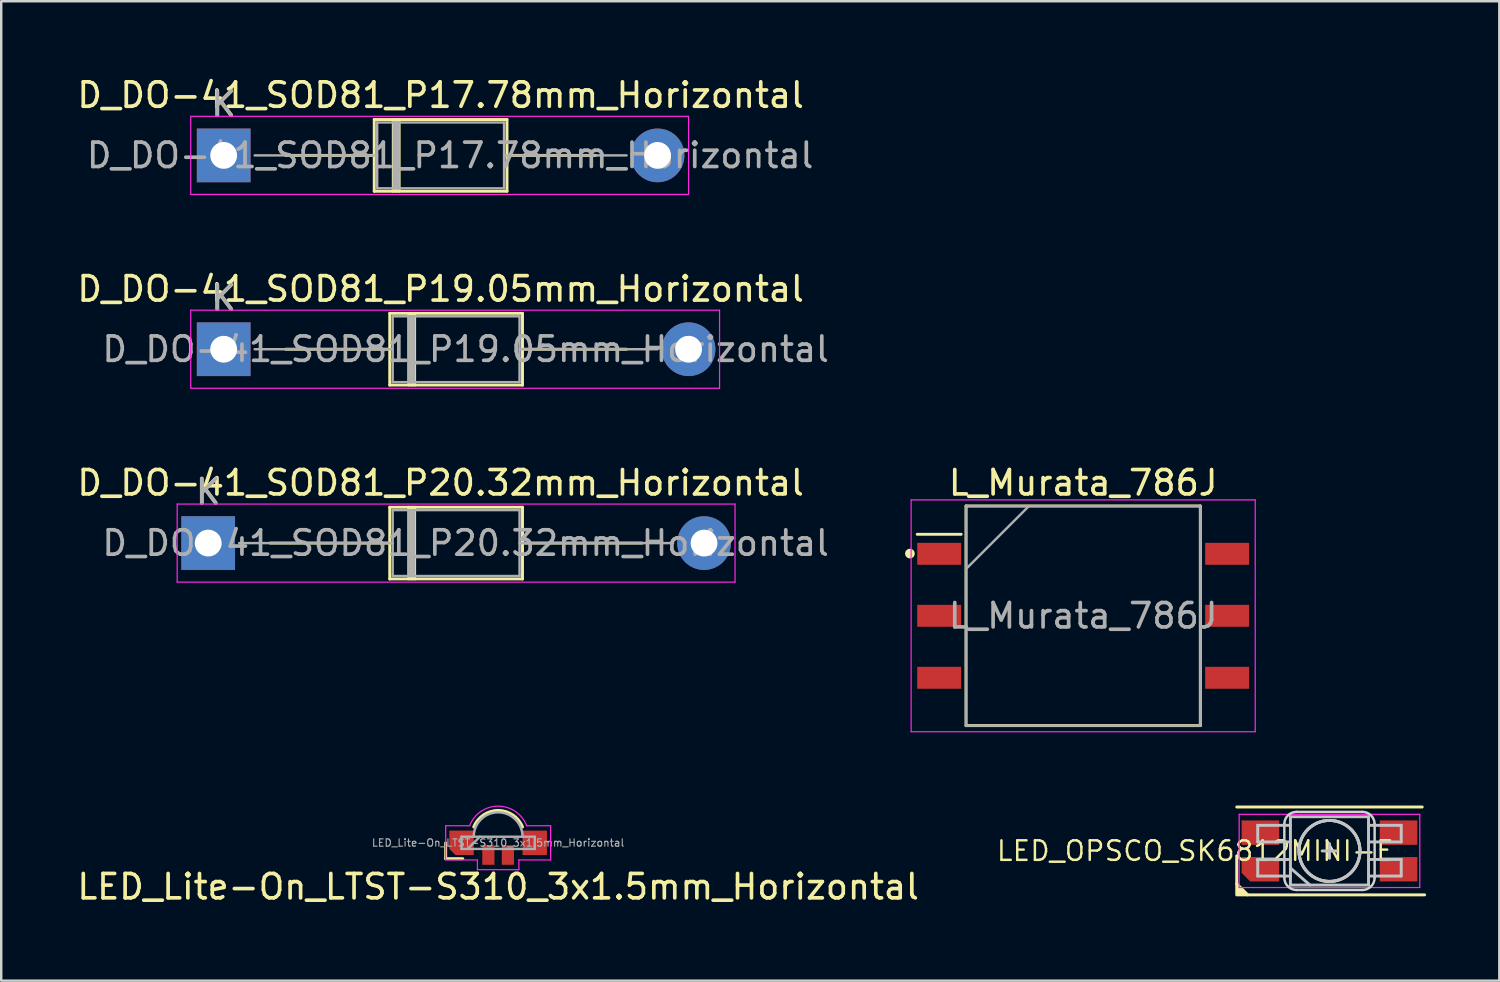
<source format=kicad_pcb>
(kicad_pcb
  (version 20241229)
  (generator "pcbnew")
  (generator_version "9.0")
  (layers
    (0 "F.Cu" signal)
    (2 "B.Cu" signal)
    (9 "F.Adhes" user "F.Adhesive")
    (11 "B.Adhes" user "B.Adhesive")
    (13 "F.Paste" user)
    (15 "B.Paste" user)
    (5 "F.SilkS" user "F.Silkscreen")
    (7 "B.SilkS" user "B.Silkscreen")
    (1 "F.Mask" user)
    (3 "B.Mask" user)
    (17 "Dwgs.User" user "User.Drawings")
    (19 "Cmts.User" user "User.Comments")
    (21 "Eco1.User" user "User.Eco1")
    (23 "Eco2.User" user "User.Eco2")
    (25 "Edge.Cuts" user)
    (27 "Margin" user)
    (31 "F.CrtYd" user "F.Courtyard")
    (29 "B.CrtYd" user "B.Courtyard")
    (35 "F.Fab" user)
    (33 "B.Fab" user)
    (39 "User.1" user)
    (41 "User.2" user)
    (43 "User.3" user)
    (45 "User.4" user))
  (footprint "LED_Lite-On_LTST-S310_3x1.5mm_Horizontal"
    (layer "F.Cu")
    (at 17.363 31.488)
    (property "Reference" "LED_Lite-On_LTST-S310_3x1.5mm_Horizontal" (at 0 1.8 0) (layer "F.SilkS") (effects (font (size 1 1) (thickness 0.15))))
    (attr smd)
    (fp_line (start -2.15 0) (end -2.15 0.65) (stroke (width 0.12) (type solid)) (layer "F.SilkS"))
    (fp_line (start -2.15 0.65) (end -1.45 0.65) (stroke (width 0.12) (type solid)) (layer "F.SilkS"))
    (fp_arc (start -1 -0.65) (mid 0 -1.327033) (end 1 -0.65) (stroke (width 0.12) (type solid)) (layer "F.SilkS"))
    (fp_line (start -2.15 -0.7) (end -1.17 -0.7) (stroke (width 0.05) (type solid)) (layer "F.CrtYd"))
    (fp_line (start -2.15 0.7) (end -2.15 -0.7) (stroke (width 0.05) (type solid)) (layer "F.CrtYd"))
    (fp_line (start -2.15 0.7) (end -0.85 0.7) (stroke (width 0.05) (type solid)) (layer "F.CrtYd"))
    (fp_line (start -0.85 0.7) (end -0.85 1.1) (stroke (width 0.05) (type solid)) (layer "F.CrtYd"))
    (fp_line (start -0.85 1.1) (end 0.85 1.1) (stroke (width 0.05) (type solid)) (layer "F.CrtYd"))
    (fp_line (start 0.85 0.7) (end 2.15 0.7) (stroke (width 0.05) (type solid)) (layer "F.CrtYd"))
    (fp_line (start 0.85 1.1) (end 0.85 0.7) (stroke (width 0.05) (type solid)) (layer "F.CrtYd"))
    (fp_line (start 1.17 -0.7) (end 2.15 -0.7) (stroke (width 0.05) (type solid)) (layer "F.CrtYd"))
    (fp_line (start 2.15 0.7) (end 2.15 -0.7) (stroke (width 0.05) (type solid)) (layer "F.CrtYd"))
    (fp_arc (start -1.17 -0.7) (mid 0 -1.503555) (end 1.17 -0.7) (stroke (width 0.05) (type solid)) (layer "F.CrtYd"))
    (fp_line (start -1.5 -0.25) (end -1.5 0.25) (stroke (width 0.1) (type solid)) (layer "F.Fab"))
    (fp_line (start -1.5 0.25) (end 1.5 0.25) (stroke (width 0.1) (type solid)) (layer "F.Fab"))
    (fp_line (start -0.75 -0.25) (end -1.25 0.25) (stroke (width 0.1) (type solid)) (layer "F.Fab"))
    (fp_line (start 1.5 -0.25) (end -1.5 -0.25) (stroke (width 0.1) (type solid)) (layer "F.Fab"))
    (fp_line (start 1.5 0.25) (end 1.5 -0.25) (stroke (width 0.1) (type solid)) (layer "F.Fab"))
    (fp_arc (start -1 -0.25) (mid 0 -1.25) (end 1 -0.25) (stroke (width 0.1) (type solid)) (layer "F.Fab"))
    (fp_text user "${REFERENCE}" (at 0 0 0) (layer "F.Fab") (effects (font (size 0.3 0.3) (thickness 0.045))))
    (pad "1" smd rect (at -0.4 0.5) (size 0.5 0.8) (layers "F.Cu" "F.Mask" "F.Paste"))
    (pad "2" smd rect (at 0.4 0.5) (size 0.5 0.8) (layers "F.Cu" "F.Mask" "F.Paste"))
    (pad "3" smd rect (at 1.5 0) (size 1 1) (layers "F.Cu" "F.Mask" "F.Paste"))
    (pad "4" smd custom (at -1.5 0 90) (size 0.5 0.5) (layers "F.Cu" "F.Mask" "F.Paste") (options (anchor rect)) (primitives (gr_poly (pts (xy -0.5 -0.25) (xy -0.25 -0.5) (xy 0.5 -0.5) (xy 0.5 0.5) (xy -0.5 0.5)) (width 0) (fill yes)))))
  (footprint "D_DO-41_SOD81_P19.05mm_Horizontal"
    (layer "F.Cu")
    (at 6.116 11.261)
    (property "Reference" "D_DO-41_SOD81_P19.05mm_Horizontal" (at 8.89 -2.47 0) (layer "F.SilkS") (effects (font (size 1 1) (thickness 0.15))))
    (attr through_hole)
    (fp_line (start 2.54 0) (end 6.805 0) (stroke (width 0.12) (type solid)) (layer "F.SilkS"))
    (fp_line (start 6.805 -1.47) (end 6.805 1.47) (stroke (width 0.12) (type solid)) (layer "F.SilkS"))
    (fp_line (start 6.805 1.47) (end 12.245 1.47) (stroke (width 0.12) (type solid)) (layer "F.SilkS"))
    (fp_line (start 7.585 -1.47) (end 7.585 1.47) (stroke (width 0.12) (type solid)) (layer "F.SilkS"))
    (fp_line (start 7.705 -1.47) (end 7.705 1.47) (stroke (width 0.12) (type solid)) (layer "F.SilkS"))
    (fp_line (start 7.825 -1.47) (end 7.825 1.47) (stroke (width 0.12) (type solid)) (layer "F.SilkS"))
    (fp_line (start 12.245 -1.47) (end 6.805 -1.47) (stroke (width 0.12) (type solid)) (layer "F.SilkS"))
    (fp_line (start 12.245 1.47) (end 12.245 -1.47) (stroke (width 0.12) (type solid)) (layer "F.SilkS"))
    (fp_line (start 16.51 0) (end 12.245 0) (stroke (width 0.12) (type solid)) (layer "F.SilkS"))
    (fp_line (start -1.35 -1.6) (end -1.35 1.6) (stroke (width 0.05) (type solid)) (layer "F.CrtYd"))
    (fp_line (start -1.35 1.6) (end 20.32 1.6) (stroke (width 0.05) (type solid)) (layer "F.CrtYd"))
    (fp_line (start 20.32 -1.6) (end -1.35 -1.6) (stroke (width 0.05) (type solid)) (layer "F.CrtYd"))
    (fp_line (start 20.32 1.6) (end 20.32 -1.6) (stroke (width 0.05) (type solid)) (layer "F.CrtYd"))
    (fp_line (start 1.27 0) (end 6.925 0) (stroke (width 0.1) (type solid)) (layer "F.Fab"))
    (fp_line (start 6.925 -1.35) (end 6.925 1.35) (stroke (width 0.1) (type solid)) (layer "F.Fab"))
    (fp_line (start 6.925 1.35) (end 12.125 1.35) (stroke (width 0.1) (type solid)) (layer "F.Fab"))
    (fp_line (start 7.605 -1.35) (end 7.605 1.35) (stroke (width 0.1) (type solid)) (layer "F.Fab"))
    (fp_line (start 7.705 -1.35) (end 7.705 1.35) (stroke (width 0.1) (type solid)) (layer "F.Fab"))
    (fp_line (start 7.805 -1.35) (end 7.805 1.35) (stroke (width 0.1) (type solid)) (layer "F.Fab"))
    (fp_line (start 12.125 -1.35) (end 6.925 -1.35) (stroke (width 0.1) (type solid)) (layer "F.Fab"))
    (fp_line (start 12.125 1.35) (end 12.125 -1.35) (stroke (width 0.1) (type solid)) (layer "F.Fab"))
    (fp_line (start 17.78 0) (end 12.125 0) (stroke (width 0.1) (type solid)) (layer "F.Fab"))
    (fp_text user "K" (at 0 -2.1 0) (layer "F.SilkS") (effects (font (size 1 1) (thickness 0.15))))
    (fp_text user "K" (at 0 -2.1 0) (layer "F.Fab") (effects (font (size 1 1) (thickness 0.15))))
    (fp_text user "${REFERENCE}" (at 9.915 0 0) (layer "F.Fab") (effects (font (size 1 1) (thickness 0.15))))
    (pad "1" thru_hole rect (at 0 0) (size 2.2 2.2) (drill 1.1) (layers "*.Cu" "*.Mask"))
    (pad "2" thru_hole oval (at 19.05 0) (size 2.2 2.2) (drill 1.1) (layers "*.Cu" "*.Mask")))
  (footprint "LED_OPSCO_SK6812MINI-E"
    (layer "F.Cu")
    (at 51.43 31.82)
    (property "Reference" "LED_OPSCO_SK6812MINI-E" (at -5.5 0 0) (unlocked yes) (layer "F.SilkS") (effects (font (size 0.8 0.8) (thickness 0.1))))
    (fp_line (start -3.8 -1.8) (end 3.8 -1.8) (stroke (width 0.12) (type default)) (layer "F.SilkS"))
    (fp_line (start -3.8 0.2) (end -3.8 1.35) (stroke (width 0.12) (type solid)) (layer "F.SilkS"))
    (fp_line (start -3.35 1.8) (end 3.9 1.8) (stroke (width 0.12) (type default)) (layer "F.SilkS"))
    (fp_poly (pts (xy -3.8 1.35) (xy -3.35 1.8) (xy -3.8 1.8)) (stroke (width 0.12) (type solid)) (fill yes) (layer "F.SilkS"))
    (fp_line (start -2.94 -1.05) (end -2.94 -0.37) (stroke (width 0.12) (type solid)) (layer "Dwgs.User"))
    (fp_line (start -2.94 -0.37) (end -1.6 -0.37) (stroke (width 0.12) (type solid)) (layer "Dwgs.User"))
    (fp_line (start -2.94 0.35) (end -2.94 1.03) (stroke (width 0.12) (type solid)) (layer "Dwgs.User"))
    (fp_line (start -2.94 1.03) (end -1.6 1.03) (stroke (width 0.12) (type solid)) (layer "Dwgs.User"))
    (fp_line (start -1.6 -1.4) (end -1.6 1.4) (stroke (width 0.12) (type solid)) (layer "Dwgs.User"))
    (fp_line (start -1.6 -1.4) (end 1.6 -1.4) (stroke (width 0.12) (type solid)) (layer "Dwgs.User"))
    (fp_line (start -1.6 -1.05) (end -2.94 -1.05) (stroke (width 0.12) (type solid)) (layer "Dwgs.User"))
    (fp_line (start -1.6 0.35) (end -2.94 0.35) (stroke (width 0.12) (type solid)) (layer "Dwgs.User"))
    (fp_line (start -1.6 0.7) (end -0.8 1.4) (stroke (width 0.12) (type solid)) (layer "Dwgs.User"))
    (fp_line (start -1.6 1.4) (end 1.6 1.4) (stroke (width 0.12) (type solid)) (layer "Dwgs.User"))
    (fp_line (start -0.3 0) (end 0.3 0) (stroke (width 0.12) (type solid)) (layer "Dwgs.User"))
    (fp_line (start 0 0.3) (end 0 -0.3) (stroke (width 0.12) (type solid)) (layer "Dwgs.User"))
    (fp_line (start 1.6 -1.4) (end 1.6 1.4) (stroke (width 0.12) (type solid)) (layer "Dwgs.User"))
    (fp_line (start 1.6 -0.37) (end 2.94 -0.37) (stroke (width 0.12) (type solid)) (layer "Dwgs.User"))
    (fp_line (start 1.6 1.03) (end 2.94 1.03) (stroke (width 0.12) (type solid)) (layer "Dwgs.User"))
    (fp_line (start 2.94 -1.05) (end 1.6 -1.05) (stroke (width 0.12) (type solid)) (layer "Dwgs.User"))
    (fp_line (start 2.94 -0.37) (end 2.94 -1.05) (stroke (width 0.12) (type solid)) (layer "Dwgs.User"))
    (fp_line (start 2.94 0.35) (end 1.6 0.35) (stroke (width 0.12) (type solid)) (layer "Dwgs.User"))
    (fp_line (start 2.94 1.03) (end 2.94 0.35) (stroke (width 0.12) (type solid)) (layer "Dwgs.User"))
    (fp_circle (center 0 0) (end -1.25 0) (stroke (width 0.12) (type default)) (fill no) (layer "Dwgs.User"))
    (fp_circle (center 0 0) (end 1.25 0) (stroke (width 0.12) (type default)) (fill no) (layer "Dwgs.User"))
    (fp_circle (center 0 0) (end 1.25 0) (stroke (width 0.12) (type default)) (fill no) (layer "Dwgs.User"))
    (fp_line (start -1.85 -1.1) (end -1.85 1.1) (stroke (width 0.1) (type default)) (layer "Edge.Cuts"))
    (fp_line (start -1.35 1.6) (end 1.35 1.6) (stroke (width 0.1) (type default)) (layer "Edge.Cuts"))
    (fp_line (start 1.35 -1.6) (end -1.35 -1.6) (stroke (width 0.1) (type default)) (layer "Edge.Cuts"))
    (fp_line (start 1.85 1.1) (end 1.85 -1.1) (stroke (width 0.1) (type default)) (layer "Edge.Cuts"))
    (fp_arc (start -1.85 -1.1) (mid -1.703553 -1.453553) (end -1.35 -1.6) (stroke (width 0.1) (type default)) (layer "Edge.Cuts"))
    (fp_arc (start -1.35 1.6) (mid -1.703553 1.453553) (end -1.85 1.1) (stroke (width 0.1) (type default)) (layer "Edge.Cuts"))
    (fp_arc (start 1.35 -1.6) (mid 1.703553 -1.453553) (end 1.85 -1.1) (stroke (width 0.1) (type default)) (layer "Edge.Cuts"))
    (fp_arc (start 1.85 1.1) (mid 1.703553 1.453553) (end 1.35 1.6) (stroke (width 0.1) (type default)) (layer "Edge.Cuts"))
    (fp_line (start -3.7 1.5) (end -3.7 -1.5) (stroke (width 0.05) (type default)) (layer "F.CrtYd"))
    (fp_line (start 3.7 -1.5) (end -3.7 -1.5) (stroke (width 0.05) (type default)) (layer "F.CrtYd"))
    (fp_line (start 3.7 1.5) (end -3.7 1.5) (stroke (width 0.05) (type default)) (layer "F.CrtYd"))
    (fp_line (start 3.7 1.5) (end 3.7 -1.5) (stroke (width 0.05) (type default)) (layer "F.CrtYd"))
    (pad "1" smd rect (at 2.83 -0.75) (size 1.54 1) (layers "F.Cu" "F.Mask" "F.Paste"))
    (pad "2" smd rect (at 2.83 0.75) (size 1.54 1) (layers "F.Cu" "F.Mask" "F.Paste"))
    (pad "3" smd custom (at -2.7 0.75) (size 0.35 0.4) (layers "F.Cu" "F.Mask" "F.Paste") (options (anchor rect)) (primitives (gr_poly (pts (xy -0.9 0.15) (xy -0.9 -0.5) (xy 0.64 -0.5) (xy 0.64 0.5) (xy -0.55 0.5)) (width 0) (fill yes))))
    (pad "4" smd rect (at -2.83 -0.75) (size 1.54 1) (layers "F.Cu" "F.Mask" "F.Paste")))
  (footprint "D_DO-41_SOD81_P17.78mm_Horizontal"
    (layer "F.Cu")
    (at 6.116 3.318)
    (property "Reference" "D_DO-41_SOD81_P17.78mm_Horizontal" (at 8.89 -2.47 0) (layer "F.SilkS") (effects (font (size 1 1) (thickness 0.15))))
    (attr through_hole)
    (fp_line (start 2.54 0) (end 6.17 0) (stroke (width 0.12) (type solid)) (layer "F.SilkS"))
    (fp_line (start 6.17 -1.47) (end 6.17 1.47) (stroke (width 0.12) (type solid)) (layer "F.SilkS"))
    (fp_line (start 6.17 1.47) (end 11.61 1.47) (stroke (width 0.12) (type solid)) (layer "F.SilkS"))
    (fp_line (start 6.95 -1.47) (end 6.95 1.47) (stroke (width 0.12) (type solid)) (layer "F.SilkS"))
    (fp_line (start 7.07 -1.47) (end 7.07 1.47) (stroke (width 0.12) (type solid)) (layer "F.SilkS"))
    (fp_line (start 7.19 -1.47) (end 7.19 1.47) (stroke (width 0.12) (type solid)) (layer "F.SilkS"))
    (fp_line (start 11.61 -1.47) (end 6.17 -1.47) (stroke (width 0.12) (type solid)) (layer "F.SilkS"))
    (fp_line (start 11.61 1.47) (end 11.61 -1.47) (stroke (width 0.12) (type solid)) (layer "F.SilkS"))
    (fp_line (start 15.24 0) (end 11.61 0) (stroke (width 0.12) (type solid)) (layer "F.SilkS"))
    (fp_line (start -1.35 -1.6) (end -1.35 1.6) (stroke (width 0.05) (type solid)) (layer "F.CrtYd"))
    (fp_line (start -1.35 1.6) (end 19.05 1.6) (stroke (width 0.05) (type solid)) (layer "F.CrtYd"))
    (fp_line (start 19.05 -1.6) (end -1.35 -1.6) (stroke (width 0.05) (type solid)) (layer "F.CrtYd"))
    (fp_line (start 19.05 1.6) (end 19.05 -1.6) (stroke (width 0.05) (type solid)) (layer "F.CrtYd"))
    (fp_line (start 1.27 0) (end 6.29 0) (stroke (width 0.1) (type solid)) (layer "F.Fab"))
    (fp_line (start 6.29 -1.35) (end 6.29 1.35) (stroke (width 0.1) (type solid)) (layer "F.Fab"))
    (fp_line (start 6.29 1.35) (end 11.49 1.35) (stroke (width 0.1) (type solid)) (layer "F.Fab"))
    (fp_line (start 6.97 -1.35) (end 6.97 1.35) (stroke (width 0.1) (type solid)) (layer "F.Fab"))
    (fp_line (start 7.07 -1.35) (end 7.07 1.35) (stroke (width 0.1) (type solid)) (layer "F.Fab"))
    (fp_line (start 7.17 -1.35) (end 7.17 1.35) (stroke (width 0.1) (type solid)) (layer "F.Fab"))
    (fp_line (start 11.49 -1.35) (end 6.29 -1.35) (stroke (width 0.1) (type solid)) (layer "F.Fab"))
    (fp_line (start 11.49 1.35) (end 11.49 -1.35) (stroke (width 0.1) (type solid)) (layer "F.Fab"))
    (fp_line (start 16.51 0) (end 11.49 0) (stroke (width 0.1) (type solid)) (layer "F.Fab"))
    (fp_text user "K" (at 0 -2.1 0) (layer "F.SilkS") (effects (font (size 1 1) (thickness 0.15))))
    (fp_text user "K" (at 0 -2.1 0) (layer "F.Fab") (effects (font (size 1 1) (thickness 0.15))))
    (fp_text user "${REFERENCE}" (at 9.28 0 0) (layer "F.Fab") (effects (font (size 1 1) (thickness 0.15))))
    (pad "1" thru_hole rect (at 0 0) (size 2.2 2.2) (drill 1.1) (layers "*.Cu" "*.Mask"))
    (pad "2" thru_hole oval (at 17.78 0) (size 2.2 2.2) (drill 1.1) (layers "*.Cu" "*.Mask")))
  (footprint "D_DO-41_SOD81_P20.32mm_Horizontal"
    (layer "F.Cu")
    (at 5.481 19.205)
    (property "Reference" "D_DO-41_SOD81_P20.32mm_Horizontal" (at 9.525 -2.47 0) (layer "F.SilkS") (effects (font (size 1 1) (thickness 0.15))))
    (attr through_hole)
    (fp_line (start 2.54 0) (end 7.44 0) (stroke (width 0.12) (type solid)) (layer "F.SilkS"))
    (fp_line (start 7.44 -1.47) (end 7.44 1.47) (stroke (width 0.12) (type solid)) (layer "F.SilkS"))
    (fp_line (start 7.44 1.47) (end 12.88 1.47) (stroke (width 0.12) (type solid)) (layer "F.SilkS"))
    (fp_line (start 8.22 -1.47) (end 8.22 1.47) (stroke (width 0.12) (type solid)) (layer "F.SilkS"))
    (fp_line (start 8.34 -1.47) (end 8.34 1.47) (stroke (width 0.12) (type solid)) (layer "F.SilkS"))
    (fp_line (start 8.46 -1.47) (end 8.46 1.47) (stroke (width 0.12) (type solid)) (layer "F.SilkS"))
    (fp_line (start 12.88 -1.47) (end 7.44 -1.47) (stroke (width 0.12) (type solid)) (layer "F.SilkS"))
    (fp_line (start 12.88 1.47) (end 12.88 -1.47) (stroke (width 0.12) (type solid)) (layer "F.SilkS"))
    (fp_line (start 17.78 0) (end 12.88 0) (stroke (width 0.12) (type solid)) (layer "F.SilkS"))
    (fp_line (start -1.27 -1.6) (end -1.27 1.6) (stroke (width 0.05) (type solid)) (layer "F.CrtYd"))
    (fp_line (start -1.27 1.6) (end 21.59 1.6) (stroke (width 0.05) (type solid)) (layer "F.CrtYd"))
    (fp_line (start 21.59 -1.6) (end -1.27 -1.6) (stroke (width 0.05) (type solid)) (layer "F.CrtYd"))
    (fp_line (start 21.59 1.6) (end 21.59 -1.6) (stroke (width 0.05) (type solid)) (layer "F.CrtYd"))
    (fp_line (start 1.27 0) (end 7.56 0) (stroke (width 0.1) (type solid)) (layer "F.Fab"))
    (fp_line (start 7.56 -1.35) (end 7.56 1.35) (stroke (width 0.1) (type solid)) (layer "F.Fab"))
    (fp_line (start 7.56 1.35) (end 12.76 1.35) (stroke (width 0.1) (type solid)) (layer "F.Fab"))
    (fp_line (start 8.24 -1.35) (end 8.24 1.35) (stroke (width 0.1) (type solid)) (layer "F.Fab"))
    (fp_line (start 8.34 -1.35) (end 8.34 1.35) (stroke (width 0.1) (type solid)) (layer "F.Fab"))
    (fp_line (start 8.44 -1.35) (end 8.44 1.35) (stroke (width 0.1) (type solid)) (layer "F.Fab"))
    (fp_line (start 12.76 -1.35) (end 7.56 -1.35) (stroke (width 0.1) (type solid)) (layer "F.Fab"))
    (fp_line (start 12.76 1.35) (end 12.76 -1.35) (stroke (width 0.1) (type solid)) (layer "F.Fab"))
    (fp_line (start 19.05 0) (end 12.76 0) (stroke (width 0.1) (type solid)) (layer "F.Fab"))
    (fp_text user "K" (at 0 -2.1 0) (layer "F.SilkS") (effects (font (size 1 1) (thickness 0.15))))
    (fp_text user "${REFERENCE}" (at 10.55 0 0) (layer "F.Fab") (effects (font (size 1 1) (thickness 0.15))))
    (fp_text user "K" (at 0 -2.1 0) (layer "F.Fab") (effects (font (size 1 1) (thickness 0.15))))
    (pad "1" thru_hole rect (at 0 0) (size 2.2 2.2) (drill 1.1) (layers "*.Cu" "*.Mask"))
    (pad "2" thru_hole oval (at 20.32 0) (size 2.2 2.2) (drill 1.1) (layers "*.Cu" "*.Mask")))
  (footprint "L_Murata_786J"
    (layer "F.Cu")
    (at 41.337 22.185)
    (property "Reference" "L_Murata_786J" (at 0 -5.45 0) (layer "F.SilkS") (effects (font (size 1 1) (thickness 0.15))))
    (attr smd)
    (fp_line (start -6.8 -3.34) (end -5 -3.34) (stroke (width 0.12) (type solid)) (layer "F.SilkS"))
    (fp_line (start -4.8 -4.5) (end 4.8 -4.5) (stroke (width 0.12) (type solid)) (layer "F.SilkS"))
    (fp_line (start -4.8 4.5) (end -4.8 -4.5) (stroke (width 0.12) (type solid)) (layer "F.SilkS"))
    (fp_line (start 4.8 -4.5) (end 4.8 4.5) (stroke (width 0.12) (type solid)) (layer "F.SilkS"))
    (fp_line (start 4.8 4.5) (end -4.8 4.5) (stroke (width 0.12) (type solid)) (layer "F.SilkS"))
    (fp_circle (center -7.1 -2.55) (end -7 -2.55) (stroke (width 0.2) (type solid)) (fill no) (layer "F.SilkS"))
    (fp_line (start -7.05 -4.75) (end 7.05 -4.75) (stroke (width 0.05) (type solid)) (layer "F.CrtYd"))
    (fp_line (start -7.05 4.75) (end -7.05 -4.75) (stroke (width 0.05) (type solid)) (layer "F.CrtYd"))
    (fp_line (start 7.05 -4.75) (end 7.05 4.75) (stroke (width 0.05) (type solid)) (layer "F.CrtYd"))
    (fp_line (start 7.05 4.75) (end -7.05 4.75) (stroke (width 0.05) (type solid)) (layer "F.CrtYd"))
    (fp_line (start -4.8 -4.5) (end 4.8 -4.5) (stroke (width 0.1) (type solid)) (layer "F.Fab"))
    (fp_line (start -4.8 4.5) (end -4.8 -4.5) (stroke (width 0.1) (type solid)) (layer "F.Fab"))
    (fp_line (start -4.76 -1.96) (end -2.22 -4.5) (stroke (width 0.1) (type solid)) (layer "F.Fab"))
    (fp_line (start 4.8 -4.5) (end 4.8 4.5) (stroke (width 0.1) (type solid)) (layer "F.Fab"))
    (fp_line (start 4.8 4.5) (end -4.8 4.5) (stroke (width 0.1) (type solid)) (layer "F.Fab"))
    (fp_text user "${REFERENCE}" (at 0 0 0) (layer "F.Fab") (effects (font (size 1 1) (thickness 0.15))))
    (pad "1" smd rect (at -5.9 -2.54 90) (size 0.9 1.8) (layers "F.Cu" "F.Mask" "F.Paste"))
    (pad "2" smd rect (at -5.9 0 90) (size 0.9 1.8) (layers "F.Cu" "F.Mask" "F.Paste"))
    (pad "3" smd rect (at -5.9 2.54 90) (size 0.9 1.8) (layers "F.Cu" "F.Mask" "F.Paste"))
    (pad "4" smd rect (at 5.9 2.54 90) (size 0.9 1.8) (layers "F.Cu" "F.Mask" "F.Paste"))
    (pad "5" smd rect (at 5.9 0 90) (size 0.9 1.8) (layers "F.Cu" "F.Mask" "F.Paste"))
    (pad "6" smd rect (at 5.9 -2.54 90) (size 0.9 1.8) (layers "F.Cu" "F.Mask" "F.Paste")))
  (gr_rect
    (start -3 -3)
    (end 58.39 37.137)
    (stroke (width 0.1) (type default))
    (fill no)
    (layer "Edge.Cuts")))
</source>
